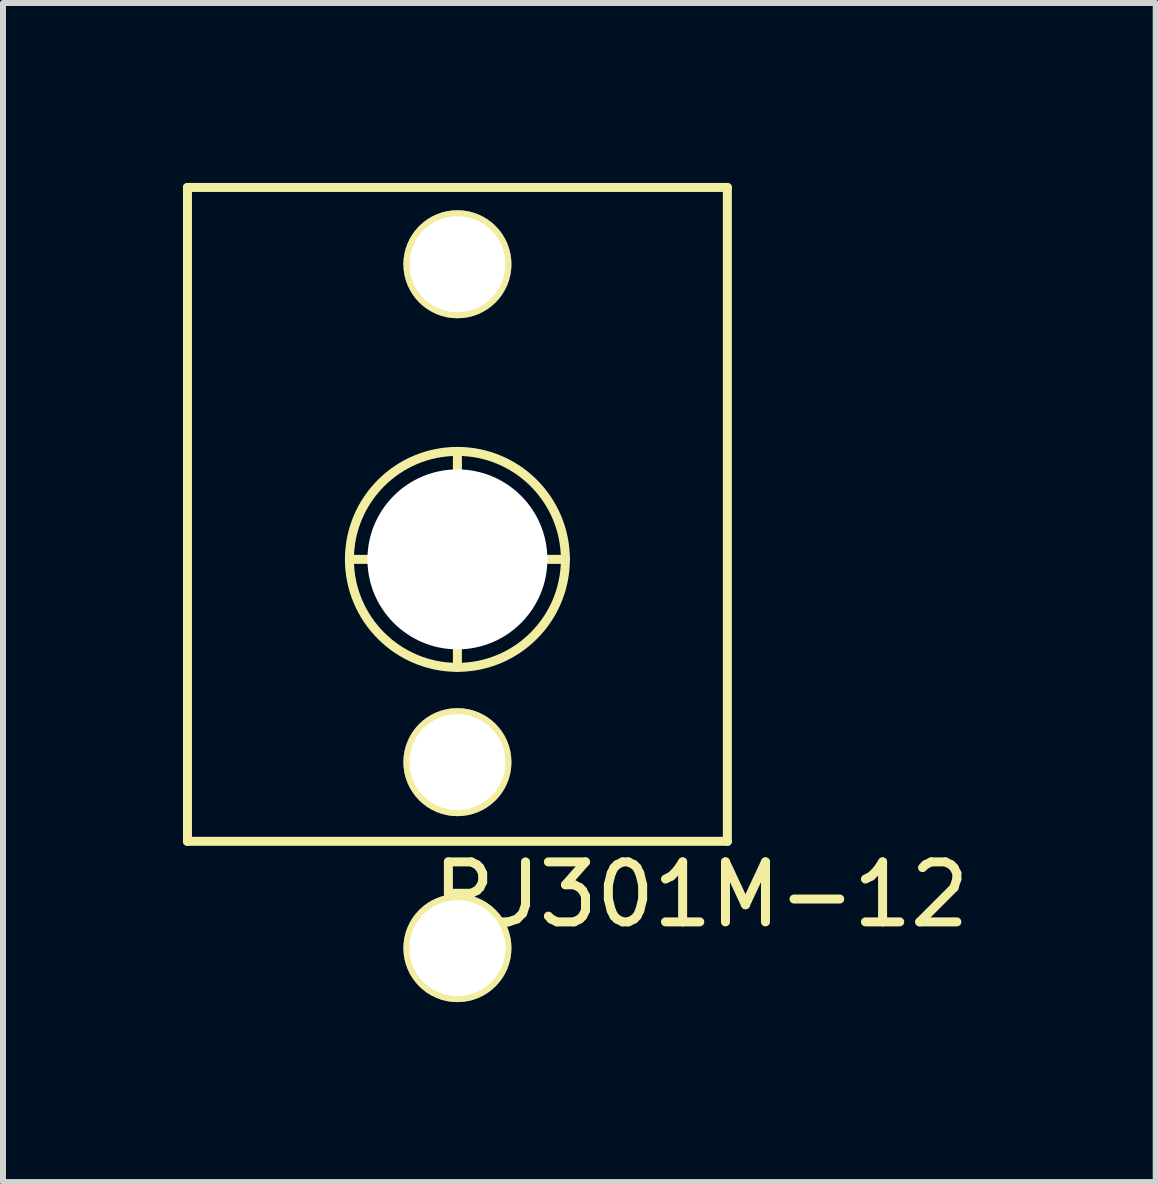
<source format=kicad_pcb>
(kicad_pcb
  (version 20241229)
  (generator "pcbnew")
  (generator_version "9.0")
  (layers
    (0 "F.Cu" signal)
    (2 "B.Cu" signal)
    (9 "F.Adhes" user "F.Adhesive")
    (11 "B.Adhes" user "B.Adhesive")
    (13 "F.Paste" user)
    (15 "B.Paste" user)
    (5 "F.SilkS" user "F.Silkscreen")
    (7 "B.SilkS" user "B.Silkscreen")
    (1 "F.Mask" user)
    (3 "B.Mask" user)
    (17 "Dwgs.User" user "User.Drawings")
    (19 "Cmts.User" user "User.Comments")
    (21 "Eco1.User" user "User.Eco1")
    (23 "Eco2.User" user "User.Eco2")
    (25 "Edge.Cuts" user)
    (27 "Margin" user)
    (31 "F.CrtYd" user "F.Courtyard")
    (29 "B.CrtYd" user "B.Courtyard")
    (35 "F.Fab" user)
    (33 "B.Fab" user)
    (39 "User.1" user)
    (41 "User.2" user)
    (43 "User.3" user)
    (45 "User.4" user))
  (footprint "PJ301M-12"
    (layer "F.Cu")
    (at 4.575 6.275)
    (property "Reference" "PJ301M-12" (at 4.064 5.588 0) (layer "F.SilkS") (effects (font (size 1 1) (thickness 0.15))))
    (attr through_hole)
    (fp_line (start -4.5 -6.2) (end -4.5 4.7) (stroke (width 0.15) (type solid)) (layer "F.SilkS"))
    (fp_line (start -4.5 -6.2) (end 4.5 -6.2) (stroke (width 0.15) (type solid)) (layer "F.SilkS"))
    (fp_line (start -4.5 4.7) (end 4.5 4.7) (stroke (width 0.15) (type solid)) (layer "F.SilkS"))
    (fp_line (start -1.8 0) (end 1.8 0) (stroke (width 0.15) (type solid)) (layer "F.SilkS"))
    (fp_line (start 0 -1.8) (end 0 1.8) (stroke (width 0.15) (type solid)) (layer "F.SilkS"))
    (fp_line (start 4.5 -6.2) (end 4.5 4.7) (stroke (width 0.15) (type solid)) (layer "F.SilkS"))
    (fp_circle (center 0 0) (end 1.8 0) (stroke (width 0.15) (type solid)) (fill no) (layer "F.SilkS"))
    (pad "" np_thru_hole circle (at 0 0) (size 3 3) (drill 3) (layers "*.Cu" "*.Mask"))
    (pad "1" thru_hole circle (at 0 6.48) (size 1.8 1.8) (drill 1.6) (layers "*.Cu" "*.Mask" "F.SilkS"))
    (pad "2" thru_hole circle (at 0 3.38) (size 1.8 1.8) (drill 1.6) (layers "*.Cu" "*.Mask" "F.SilkS"))
    (pad "3" thru_hole circle (at 0 -4.92) (size 1.8 1.8) (drill 1.6) (layers "*.Cu" "*.Mask" "F.SilkS")))
  (gr_rect
    (start -3 -3)
    (end 16.216 16.655)
    (stroke (width 0.1) (type default))
    (fill no)
    (layer "Edge.Cuts")))
</source>
